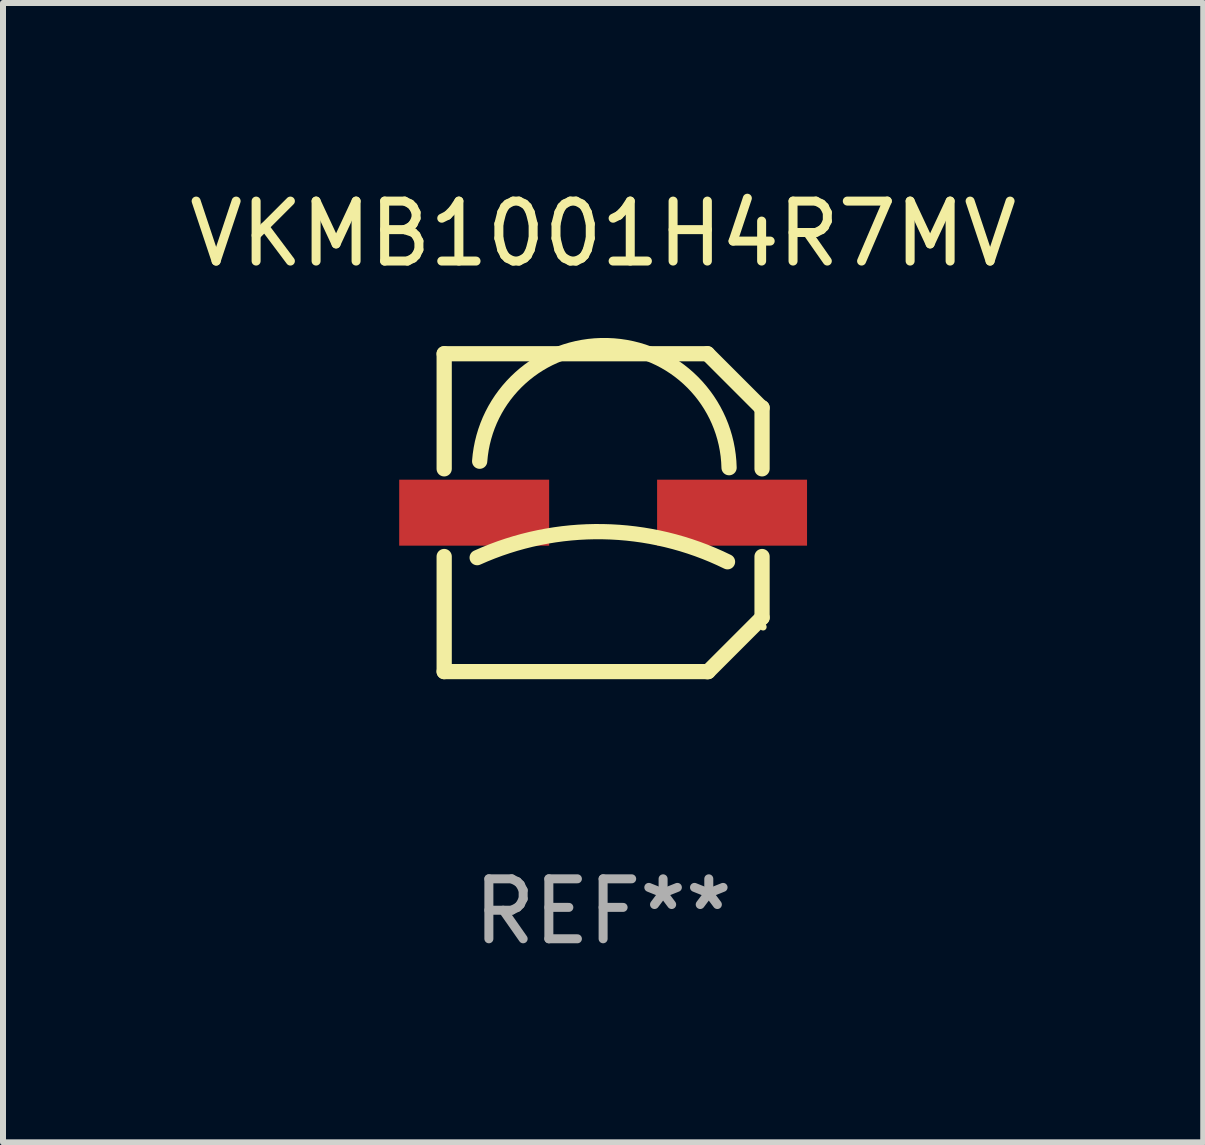
<source format=kicad_pcb>
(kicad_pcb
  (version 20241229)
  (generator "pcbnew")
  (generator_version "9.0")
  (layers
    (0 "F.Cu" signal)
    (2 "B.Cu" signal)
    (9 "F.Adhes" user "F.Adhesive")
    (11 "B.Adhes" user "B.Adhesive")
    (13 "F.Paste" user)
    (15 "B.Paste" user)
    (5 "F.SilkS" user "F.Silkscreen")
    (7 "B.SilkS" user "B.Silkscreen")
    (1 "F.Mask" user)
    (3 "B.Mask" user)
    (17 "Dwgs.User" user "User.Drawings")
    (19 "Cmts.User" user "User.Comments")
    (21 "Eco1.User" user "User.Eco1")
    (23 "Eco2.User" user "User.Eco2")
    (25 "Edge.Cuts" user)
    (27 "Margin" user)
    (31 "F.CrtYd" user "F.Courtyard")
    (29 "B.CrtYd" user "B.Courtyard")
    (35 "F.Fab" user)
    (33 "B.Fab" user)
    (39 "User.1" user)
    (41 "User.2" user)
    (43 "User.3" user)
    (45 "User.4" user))
  (footprint "VKMB1001H4R7MV"
    (layer "F.Cu")
    (at 7.006 5.498)
    (property "Reference" "VKMB1001H4R7MV" (at 0 -4.65 0) (layer "F.SilkS") (effects (font (size 1 1) (thickness 0.15))))
    (attr through_hole)
    (fp_line (start -2.65 -2.65) (end 1.74 -2.65) (stroke (width 0.254) (type solid)) (layer "F.SilkS"))
    (fp_line (start -2.65 -0.731) (end -2.65 -2.65) (stroke (width 0.254) (type solid)) (layer "F.SilkS"))
    (fp_line (start -2.65 2.65) (end -2.65 0.731) (stroke (width 0.254) (type solid)) (layer "F.SilkS"))
    (fp_line (start -2.65 2.65) (end 1.73 2.65) (stroke (width 0.254) (type solid)) (layer "F.SilkS"))
    (fp_line (start 1.73 2.65) (end 1.75 2.65) (stroke (width 0.254) (type solid)) (layer "F.SilkS"))
    (fp_line (start 1.75 2.65) (end 2.65 1.75) (stroke (width 0.254) (type solid)) (layer "F.SilkS"))
    (fp_line (start 2.64 -1.75) (end 1.74 -2.65) (stroke (width 0.254) (type solid)) (layer "F.SilkS"))
    (fp_line (start 2.65 -1.75) (end 2.64 -1.75) (stroke (width 0.254) (type solid)) (layer "F.SilkS"))
    (fp_line (start 2.65 -0.731) (end 2.65 -1.75) (stroke (width 0.254) (type solid)) (layer "F.SilkS"))
    (fp_line (start 2.65 1.75) (end 2.65 0.731) (stroke (width 0.254) (type solid)) (layer "F.SilkS"))
    (fp_arc (start -2.1 0.749886) (mid -0.005214 0.316693) (end 2.074168 0.818644) (stroke (width 0.254001) (type solid)) (layer "F.SilkS"))
    (fp_arc (start -2.058369 -0.857759) (mid 0.072137 -2.78601) (end 2.1 -0.750089) (stroke (width 0.254001) (type solid)) (layer "F.SilkS"))
    (fp_circle (center 2.667 1.905) (end 2.697 1.905) (stroke (width 0.06) (type solid)) (fill no) (layer "F.SilkS"))
    (fp_text user "REF**" (at 0 6.65 0) (layer "F.Fab") (effects (font (size 1 1) (thickness 0.15))))
    (pad "1" smd rect (at 2.15 0) (size 2.5 1.1) (layers "F.Cu" "F.Mask" "F.Paste"))
    (pad "2" smd rect (at -2.15 0) (size 2.5 1.1) (layers "F.Cu" "F.Mask" "F.Paste")))
  (gr_rect
    (start -3 -3)
    (end 17.012 15.996)
    (stroke (width 0.1) (type default))
    (fill no)
    (layer "Edge.Cuts")))
</source>
